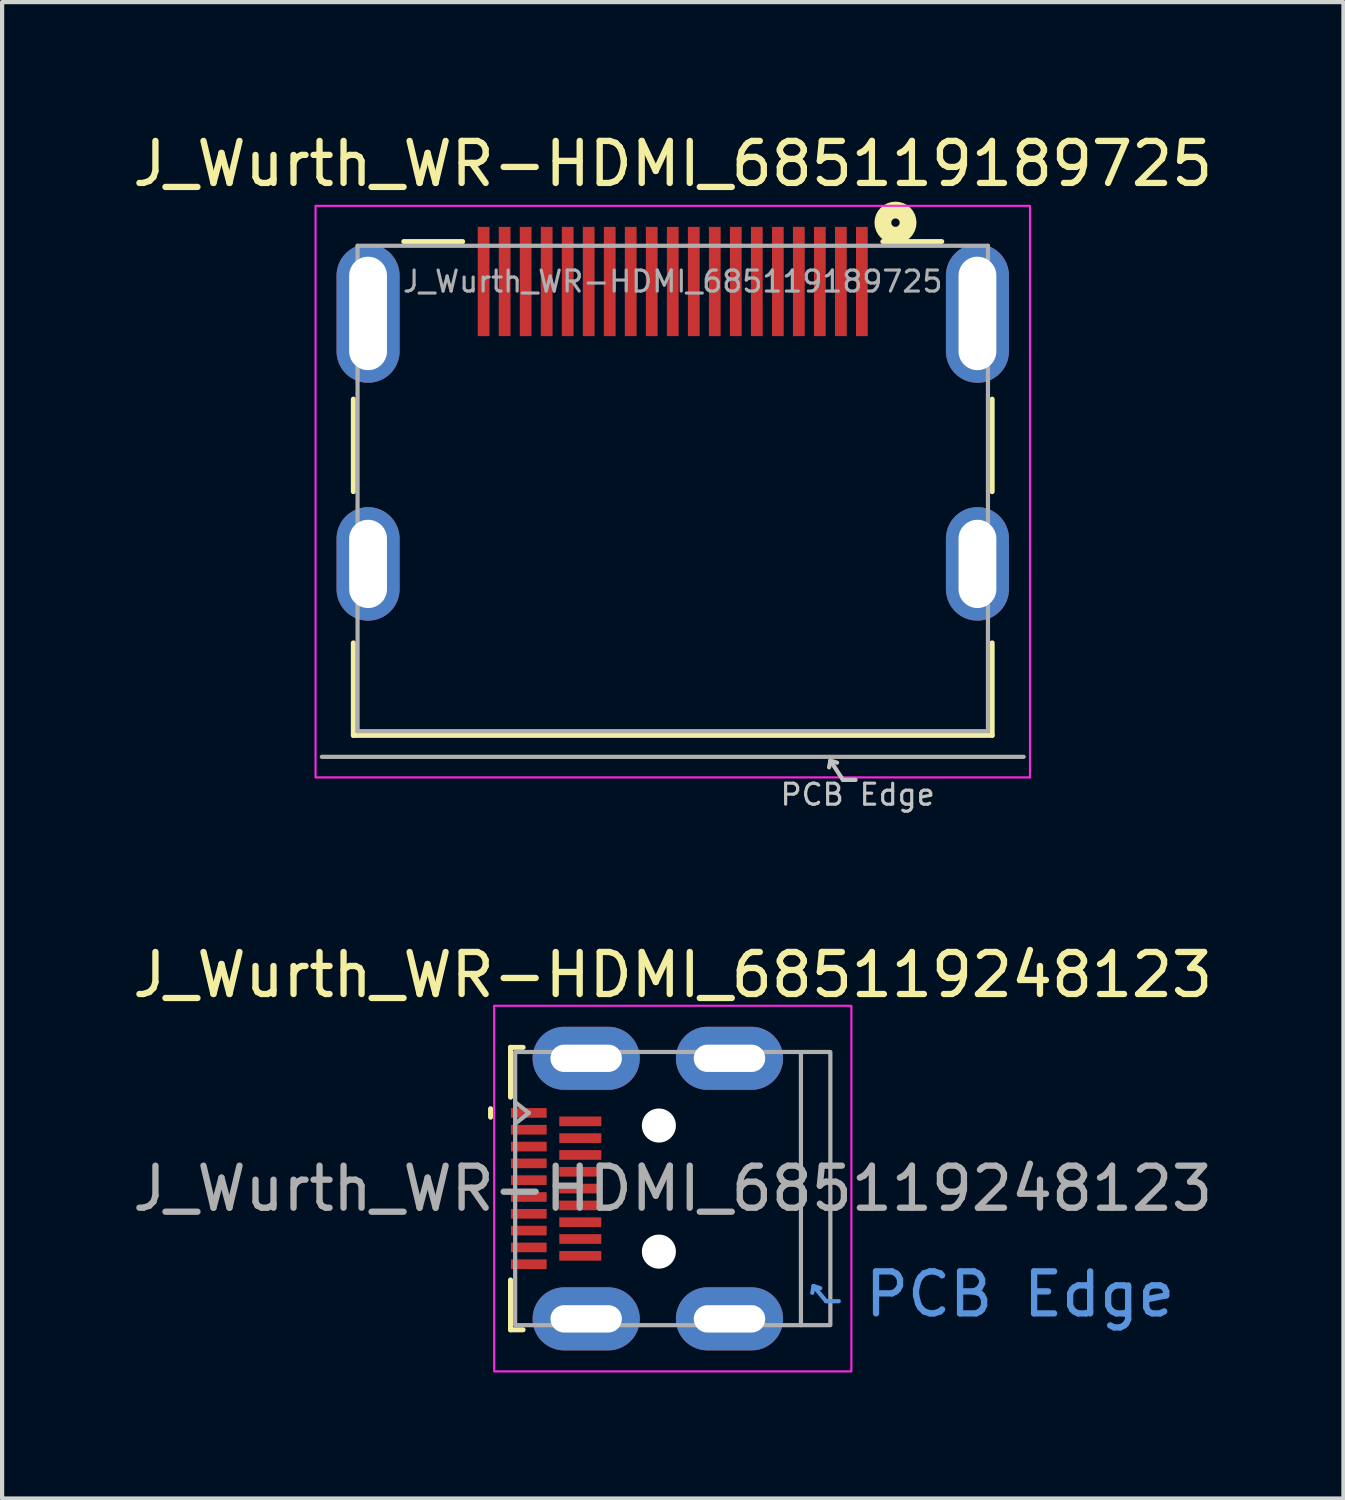
<source format=kicad_pcb>
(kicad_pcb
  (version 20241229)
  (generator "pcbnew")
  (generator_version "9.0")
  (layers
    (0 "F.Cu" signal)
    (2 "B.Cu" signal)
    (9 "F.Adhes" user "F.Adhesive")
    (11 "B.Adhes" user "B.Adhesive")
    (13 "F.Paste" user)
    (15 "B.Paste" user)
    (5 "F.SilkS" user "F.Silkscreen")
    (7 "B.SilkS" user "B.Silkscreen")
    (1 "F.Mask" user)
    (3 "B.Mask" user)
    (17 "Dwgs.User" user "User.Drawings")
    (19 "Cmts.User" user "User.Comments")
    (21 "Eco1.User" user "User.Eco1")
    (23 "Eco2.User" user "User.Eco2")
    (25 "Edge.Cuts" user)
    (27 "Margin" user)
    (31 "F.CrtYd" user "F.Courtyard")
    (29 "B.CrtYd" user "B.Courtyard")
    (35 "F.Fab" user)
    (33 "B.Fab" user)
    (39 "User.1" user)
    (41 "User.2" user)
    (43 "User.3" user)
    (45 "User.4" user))
  (footprint "J_Wurth_WR-HDMI_685119189725"
    (layer "F.Cu")
    (at 12.958 3.648)
    (property "Reference" "J_Wurth_WR-HDMI_685119189725" (at 0 -2.8 0) (unlocked yes) (layer "F.SilkS") (effects (font (size 1 1) (thickness 0.15))))
    (attr smd)
    (fp_line (start -7.6 2.8) (end -7.6 5) (stroke (width 0.12) (type solid)) (layer "F.SilkS"))
    (fp_line (start -7.6 8.6) (end -7.6 10.8) (stroke (width 0.12) (type solid)) (layer "F.SilkS"))
    (fp_line (start -7.6 10.8) (end 7.6 10.8) (stroke (width 0.12) (type solid)) (layer "F.SilkS"))
    (fp_line (start -6.4 -0.95) (end -5 -0.95) (stroke (width 0.12) (type solid)) (layer "F.SilkS"))
    (fp_line (start 5 -0.95) (end 6.4 -0.95) (stroke (width 0.12) (type solid)) (layer "F.SilkS"))
    (fp_line (start 7.6 2.8) (end 7.6 5) (stroke (width 0.12) (type solid)) (layer "F.SilkS"))
    (fp_line (start 7.6 10.8) (end 7.6 8.6) (stroke (width 0.12) (type solid)) (layer "F.SilkS"))
    (fp_circle (center 5.3 -1.4) (end 5.4 -1.4) (stroke (width 0.4) (type solid)) (fill no) (layer "F.SilkS"))
    (fp_line (start 3.75 11.4) (end 3.91 11.45) (stroke (width 0.1) (type solid)) (layer "Dwgs.User"))
    (fp_line (start 3.75 11.41) (end 3.72 11.56) (stroke (width 0.1) (type solid)) (layer "Dwgs.User"))
    (fp_line (start 4.05 11.86) (end 3.75 11.4) (stroke (width 0.1) (type solid)) (layer "Dwgs.User"))
    (fp_line (start 4.35 11.86) (end 4.05 11.86) (stroke (width 0.1) (type solid)) (layer "Dwgs.User"))
    (fp_rect (start -8.5 -1.8) (end 8.5 11.8) (stroke (width 0.05) (type default)) (fill no) (layer "F.CrtYd"))
    (fp_line (start -7.5 -0.85) (end 7.5 -0.85) (stroke (width 0.1) (type solid)) (layer "F.Fab"))
    (fp_line (start -7.5 10.7) (end -7.5 -0.85) (stroke (width 0.1) (type solid)) (layer "F.Fab"))
    (fp_line (start -7.5 10.7) (end 7.5 10.7) (stroke (width 0.1) (type solid)) (layer "F.Fab"))
    (fp_line (start 7.5 -0.85) (end 7.5 10.7) (stroke (width 0.1) (type solid)) (layer "F.Fab"))
    (fp_line (start 8.35 11.31) (end -8.35 11.31) (stroke (width 0.1) (type solid)) (layer "F.Fab"))
    (fp_text user "PCB Edge" (at 4.4 12.21 0) (layer "Dwgs.User") (effects (font (size 0.5 0.5) (thickness 0.075))))
    (fp_text user "${REFERENCE}" (at 0 0 0) (unlocked yes) (layer "F.Fab") (effects (font (size 0.5 0.5) (thickness 0.075))))
    (pad "1" smd rect (at 4.5 0) (size 0.28 2.6) (layers "F.Cu" "F.Mask" "F.Paste"))
    (pad "2" smd rect (at 4 0) (size 0.28 2.6) (layers "F.Cu" "F.Mask" "F.Paste"))
    (pad "3" smd rect (at 3.5 0) (size 0.28 2.6) (layers "F.Cu" "F.Mask" "F.Paste"))
    (pad "4" smd rect (at 3 0) (size 0.28 2.6) (layers "F.Cu" "F.Mask" "F.Paste"))
    (pad "5" smd rect (at 2.5 0) (size 0.28 2.6) (layers "F.Cu" "F.Mask" "F.Paste"))
    (pad "6" smd rect (at 2 0) (size 0.28 2.6) (layers "F.Cu" "F.Mask" "F.Paste"))
    (pad "7" smd rect (at 1.5 0) (size 0.28 2.6) (layers "F.Cu" "F.Mask" "F.Paste"))
    (pad "8" smd rect (at 1 0) (size 0.28 2.6) (layers "F.Cu" "F.Mask" "F.Paste"))
    (pad "9" smd rect (at 0.5 0) (size 0.28 2.6) (layers "F.Cu" "F.Mask" "F.Paste"))
    (pad "10" smd rect (at 0 0) (size 0.28 2.6) (layers "F.Cu" "F.Mask" "F.Paste"))
    (pad "11" smd rect (at -0.5 0) (size 0.28 2.6) (layers "F.Cu" "F.Mask" "F.Paste"))
    (pad "12" smd rect (at -1 0) (size 0.28 2.6) (layers "F.Cu" "F.Mask" "F.Paste"))
    (pad "13" smd rect (at -1.5 0) (size 0.28 2.6) (layers "F.Cu" "F.Mask" "F.Paste"))
    (pad "14" smd rect (at -2 0) (size 0.28 2.6) (layers "F.Cu" "F.Mask" "F.Paste"))
    (pad "15" smd rect (at -2.5 0) (size 0.28 2.6) (layers "F.Cu" "F.Mask" "F.Paste"))
    (pad "16" smd rect (at -3 0) (size 0.28 2.6) (layers "F.Cu" "F.Mask" "F.Paste"))
    (pad "17" smd rect (at -3.5 0) (size 0.28 2.6) (layers "F.Cu" "F.Mask" "F.Paste"))
    (pad "18" smd rect (at -4 0) (size 0.28 2.6) (layers "F.Cu" "F.Mask" "F.Paste"))
    (pad "19" smd rect (at -4.5 0) (size 0.28 2.6) (layers "F.Cu" "F.Mask" "F.Paste"))
    (pad "S1" thru_hole oval (at 7.25 0.76) (size 1.5 3.3) (drill oval 0.9 2.7) (layers "*.Cu" "*.Mask"))
    (pad "S2" thru_hole oval (at -7.25 0.76) (size 1.5 3.3) (drill oval 0.9 2.7) (layers "*.Cu" "*.Mask"))
    (pad "S3" thru_hole oval (at -7.25 6.72) (size 1.5 2.7) (drill oval 0.9 2.1) (layers "*.Cu" "*.Mask"))
    (pad "S4" thru_hole oval (at 7.25 6.72) (size 1.5 2.7) (drill oval 0.9 2.1) (layers "*.Cu" "*.Mask")))
  (footprint "J_Wurth_WR-HDMI_685119248123"
    (layer "F.Cu")
    (at 12.958 25.232)
    (property "Reference" "J_Wurth_WR-HDMI_685119248123" (at 0 -4.5 0) (unlocked yes) (layer "F.SilkS") (effects (font (size 1 1) (thickness 0.15)) (justify bottom)))
    (attr smd)
    (fp_line (start -4.335 -1.7) (end -4.335 -1.9) (stroke (width 0.12) (type solid)) (layer "F.SilkS"))
    (fp_line (start -3.86 -2.175) (end -3.86 -3.36) (stroke (width 0.12) (type solid)) (layer "F.SilkS"))
    (fp_line (start -3.86 2.175) (end -3.86 3.36) (stroke (width 0.12) (type solid)) (layer "F.SilkS"))
    (fp_line (start -3.561 -3.36) (end -3.86 -3.36) (stroke (width 0.12) (type solid)) (layer "F.SilkS"))
    (fp_line (start -3.561 3.36) (end -3.86 3.36) (stroke (width 0.12) (type solid)) (layer "F.SilkS"))
    (fp_line (start 3.35 2.32) (end 3.51 2.37) (stroke (width 0.1) (type solid)) (layer "Cmts.User"))
    (fp_line (start 3.35 2.33) (end 3.32 2.48) (stroke (width 0.1) (type solid)) (layer "Cmts.User"))
    (fp_line (start 3.65 2.68) (end 3.35 2.32) (stroke (width 0.1) (type solid)) (layer "Cmts.User"))
    (fp_line (start 3.95 2.68) (end 3.65 2.68) (stroke (width 0.1) (type solid)) (layer "Cmts.User"))
    (fp_rect (start -4.25 -4.35) (end 4.25 4.35) (stroke (width 0.05) (type solid)) (fill no) (layer "F.CrtYd"))
    (fp_line (start -3.75 -1.544) (end -3.425 -1.8) (stroke (width 0.1) (type default)) (layer "F.Fab"))
    (fp_line (start -3.425 -1.8) (end -3.75 -2.056) (stroke (width 0.1) (type default)) (layer "F.Fab"))
    (fp_line (start 3.05 3.25) (end 3.05 -3.25) (stroke (width 0.1) (type solid)) (layer "F.Fab"))
    (fp_rect (start -3.75 -3.25) (end 3.75 3.25) (stroke (width 0.1) (type solid)) (fill no) (layer "F.Fab"))
    (fp_text user "PCB Edge" (at 4.5 3.1 0) (unlocked yes) (layer "Cmts.User") (effects (font (size 1 1) (thickness 0.15)) (justify left bottom)))
    (fp_text user "${REFERENCE}" (at 0 0 0) (unlocked yes) (layer "F.Fab") (effects (font (size 1 1) (thickness 0.15))))
    (pad "" np_thru_hole circle (at -0.33 -1.5 90) (size 0.81 0.81) (drill 0.81) (layers "*.Cu" "*.Mask"))
    (pad "" np_thru_hole circle (at -0.33 1.5 90) (size 0.81 0.81) (drill 0.81) (layers "*.Cu" "*.Mask"))
    (pad "1" smd rect (at -3.425 -1.8 180) (size 0.85 0.23) (layers "F.Cu" "F.Mask" "F.Paste"))
    (pad "2" smd rect (at -2.2 -1.6 180) (size 1 0.23) (layers "F.Cu" "F.Mask" "F.Paste"))
    (pad "3" smd rect (at -3.425 -1.4 180) (size 0.85 0.23) (layers "F.Cu" "F.Mask" "F.Paste"))
    (pad "4" smd rect (at -2.2 -1.2 180) (size 1 0.23) (layers "F.Cu" "F.Mask" "F.Paste"))
    (pad "5" smd rect (at -3.425 -1 180) (size 0.85 0.23) (layers "F.Cu" "F.Mask" "F.Paste"))
    (pad "6" smd rect (at -2.2 -0.8 180) (size 1 0.23) (layers "F.Cu" "F.Mask" "F.Paste"))
    (pad "7" smd rect (at -3.425 -0.6 180) (size 0.85 0.23) (layers "F.Cu" "F.Mask" "F.Paste"))
    (pad "8" smd rect (at -2.2 -0.4 180) (size 1 0.23) (layers "F.Cu" "F.Mask" "F.Paste"))
    (pad "9" smd rect (at -3.425 -0.2 180) (size 0.85 0.23) (layers "F.Cu" "F.Mask" "F.Paste"))
    (pad "10" smd rect (at -2.2 0 180) (size 1 0.23) (layers "F.Cu" "F.Mask" "F.Paste"))
    (pad "11" smd rect (at -3.425 0.2 180) (size 0.85 0.23) (layers "F.Cu" "F.Mask" "F.Paste"))
    (pad "12" smd rect (at -2.2 0.4 180) (size 1 0.23) (layers "F.Cu" "F.Mask" "F.Paste"))
    (pad "13" smd rect (at -3.425 0.6 180) (size 0.85 0.23) (layers "F.Cu" "F.Mask" "F.Paste"))
    (pad "14" smd rect (at -2.2 0.8 180) (size 1 0.23) (layers "F.Cu" "F.Mask" "F.Paste"))
    (pad "15" smd rect (at -3.425 1 180) (size 0.85 0.23) (layers "F.Cu" "F.Mask" "F.Paste"))
    (pad "16" smd rect (at -2.2 1.2 180) (size 1 0.23) (layers "F.Cu" "F.Mask" "F.Paste"))
    (pad "17" smd rect (at -3.425 1.4 180) (size 0.85 0.23) (layers "F.Cu" "F.Mask" "F.Paste"))
    (pad "18" smd rect (at -2.2 1.6 180) (size 1 0.23) (layers "F.Cu" "F.Mask" "F.Paste"))
    (pad "19" smd rect (at -3.425 1.8 180) (size 0.85 0.23) (layers "F.Cu" "F.Mask" "F.Paste"))
    (pad "S1" thru_hole oval (at -2.06 -3.1 180) (size 2.55 1.5) (drill oval 1.7 0.65) (layers "*.Cu" "*.Mask"))
    (pad "S2" thru_hole oval (at -2.06 3.1 180) (size 2.55 1.5) (drill oval 1.7 0.65) (layers "*.Cu" "*.Mask"))
    (pad "S3" thru_hole oval (at 1.35 3.1 180) (size 2.55 1.5) (drill oval 1.7 0.65) (layers "*.Cu" "*.Mask"))
    (pad "S4" thru_hole oval (at 1.35 -3.1 180) (size 2.55 1.5) (drill oval 1.7 0.65) (layers "*.Cu" "*.Mask")))
  (gr_rect
    (start -3 -3)
    (end 28.917 32.607)
    (stroke (width 0.1) (type default))
    (fill no)
    (layer "Edge.Cuts")))
</source>
